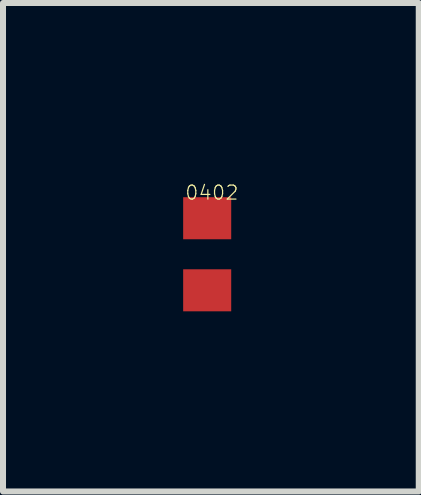
<source format=kicad_pcb>
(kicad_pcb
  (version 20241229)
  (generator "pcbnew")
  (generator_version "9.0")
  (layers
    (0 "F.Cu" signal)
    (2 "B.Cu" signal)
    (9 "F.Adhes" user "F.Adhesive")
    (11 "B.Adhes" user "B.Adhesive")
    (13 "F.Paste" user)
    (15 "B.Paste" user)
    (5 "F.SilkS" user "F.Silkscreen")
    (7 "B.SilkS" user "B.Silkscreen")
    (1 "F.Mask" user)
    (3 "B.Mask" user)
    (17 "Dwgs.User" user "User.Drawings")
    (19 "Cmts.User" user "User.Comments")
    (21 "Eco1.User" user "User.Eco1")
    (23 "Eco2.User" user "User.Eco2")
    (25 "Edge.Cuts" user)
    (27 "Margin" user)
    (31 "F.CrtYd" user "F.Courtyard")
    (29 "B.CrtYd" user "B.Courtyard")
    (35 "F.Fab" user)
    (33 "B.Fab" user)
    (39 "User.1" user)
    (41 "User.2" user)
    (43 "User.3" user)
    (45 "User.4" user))
  (footprint "0402"
    (layer "F.Cu")
    (at 0.4 1.184)
    (property "Reference" "0402" (at -0.381 -0.889 0) (layer "F.SilkS") (effects (font (size 0.234 0.234) (thickness 0.02)) (justify left bottom)))
    (pad "P$1" smd rect (at 0 -0.6) (size 0.8 0.7) (layers "F.Cu" "F.Mask" "F.Paste"))
    (pad "P$2" smd rect (at 0 0.6) (size 0.8 0.7) (layers "F.Cu" "F.Mask" "F.Paste")))
  (gr_rect
    (start -3 -3)
    (end 3.923 5.134)
    (stroke (width 0.1) (type default))
    (fill no)
    (layer "Edge.Cuts")))
</source>
